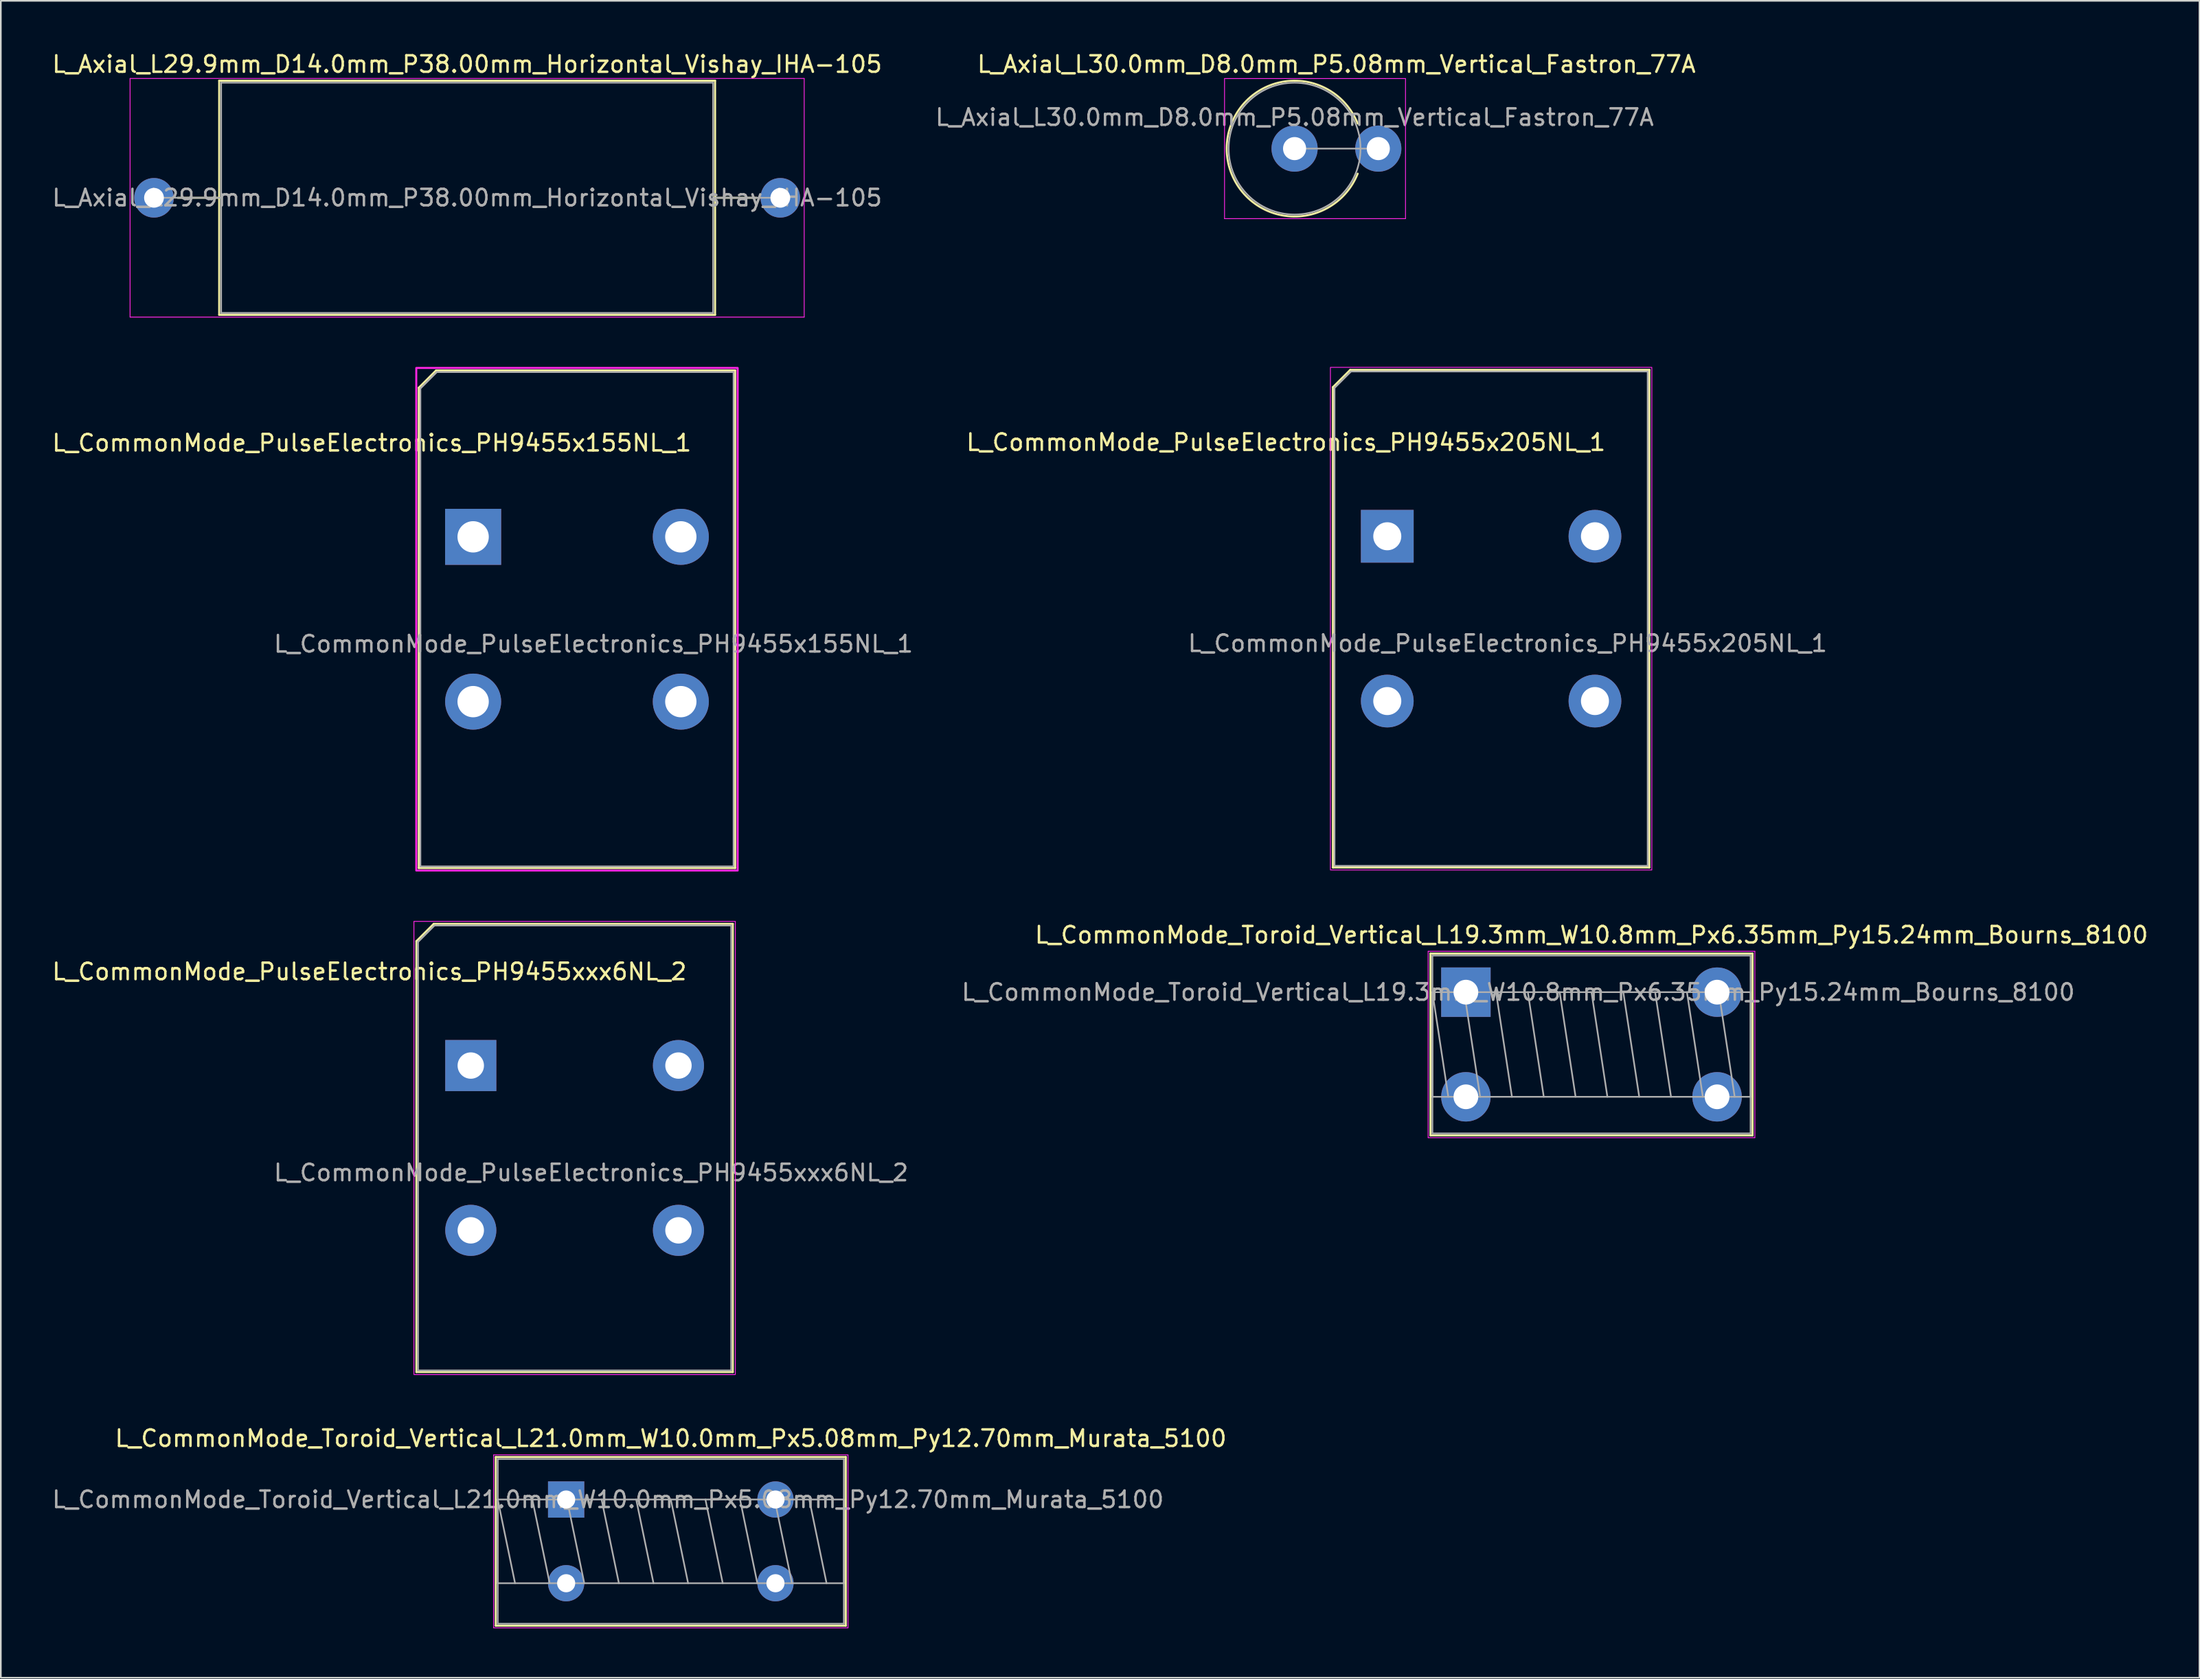
<source format=kicad_pcb>
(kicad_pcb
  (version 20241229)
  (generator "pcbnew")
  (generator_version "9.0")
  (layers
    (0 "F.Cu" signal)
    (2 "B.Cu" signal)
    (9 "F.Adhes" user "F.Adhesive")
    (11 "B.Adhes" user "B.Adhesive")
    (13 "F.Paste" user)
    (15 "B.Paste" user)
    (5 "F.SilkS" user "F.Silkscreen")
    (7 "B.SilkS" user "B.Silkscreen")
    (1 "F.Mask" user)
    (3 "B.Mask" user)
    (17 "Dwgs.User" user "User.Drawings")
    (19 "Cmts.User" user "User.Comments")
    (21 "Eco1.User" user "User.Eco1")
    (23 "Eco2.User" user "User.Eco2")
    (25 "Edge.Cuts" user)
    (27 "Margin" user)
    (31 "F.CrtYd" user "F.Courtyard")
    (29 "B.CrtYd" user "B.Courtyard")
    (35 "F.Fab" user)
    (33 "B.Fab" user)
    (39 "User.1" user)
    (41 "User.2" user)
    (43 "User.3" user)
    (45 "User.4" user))
  (footprint "L_CommonMode_Toroid_Vertical_L21.0mm_W10.0mm_Px5.08mm_Py12.70mm_Murata_5100"
    (layer "F.Cu")
    (at 31.299 87.947)
    (property "Reference" "L_CommonMode_Toroid_Vertical_L21.0mm_W10.0mm_Px5.08mm_Py12.70mm_Murata_5100" (at 6.35 -3.71 0) (layer "F.SilkS") (effects (font (size 1 1) (thickness 0.15))))
    (attr through_hole)
    (fp_line (start -4.27 -2.58) (end -4.27 7.66) (stroke (width 0.12) (type solid)) (layer "F.SilkS"))
    (fp_line (start -4.27 -2.58) (end 16.97 -2.58) (stroke (width 0.12) (type solid)) (layer "F.SilkS"))
    (fp_line (start -4.27 7.66) (end 16.97 7.66) (stroke (width 0.12) (type solid)) (layer "F.SilkS"))
    (fp_line (start 16.97 -2.58) (end 16.97 7.66) (stroke (width 0.12) (type solid)) (layer "F.SilkS"))
    (fp_line (start -4.4 -2.71) (end -4.4 7.79) (stroke (width 0.05) (type solid)) (layer "F.CrtYd"))
    (fp_line (start -4.4 7.79) (end 17.1 7.79) (stroke (width 0.05) (type solid)) (layer "F.CrtYd"))
    (fp_line (start 17.1 -2.71) (end -4.4 -2.71) (stroke (width 0.05) (type solid)) (layer "F.CrtYd"))
    (fp_line (start 17.1 7.79) (end 17.1 -2.71) (stroke (width 0.05) (type solid)) (layer "F.CrtYd"))
    (fp_line (start -4.15 -2.46) (end -4.15 7.54) (stroke (width 0.1) (type solid)) (layer "F.Fab"))
    (fp_line (start -4.15 0) (end -4.15 5.08) (stroke (width 0.1) (type solid)) (layer "F.Fab"))
    (fp_line (start -4.15 0) (end -3.1 5.08) (stroke (width 0.1) (type solid)) (layer "F.Fab"))
    (fp_line (start -4.15 5.08) (end 16.85 5.08) (stroke (width 0.1) (type solid)) (layer "F.Fab"))
    (fp_line (start -4.15 7.54) (end 16.85 7.54) (stroke (width 0.1) (type solid)) (layer "F.Fab"))
    (fp_line (start -2.05 0) (end -1 5.08) (stroke (width 0.1) (type solid)) (layer "F.Fab"))
    (fp_line (start 0.05 0) (end 1.1 5.08) (stroke (width 0.1) (type solid)) (layer "F.Fab"))
    (fp_line (start 2.15 0) (end 3.2 5.08) (stroke (width 0.1) (type solid)) (layer "F.Fab"))
    (fp_line (start 4.25 0) (end 5.3 5.08) (stroke (width 0.1) (type solid)) (layer "F.Fab"))
    (fp_line (start 6.35 0) (end 7.4 5.08) (stroke (width 0.1) (type solid)) (layer "F.Fab"))
    (fp_line (start 8.45 0) (end 9.5 5.08) (stroke (width 0.1) (type solid)) (layer "F.Fab"))
    (fp_line (start 10.55 0) (end 11.6 5.08) (stroke (width 0.1) (type solid)) (layer "F.Fab"))
    (fp_line (start 12.65 0) (end 13.7 5.08) (stroke (width 0.1) (type solid)) (layer "F.Fab"))
    (fp_line (start 14.75 0) (end 15.8 5.08) (stroke (width 0.1) (type solid)) (layer "F.Fab"))
    (fp_line (start 16.85 -2.46) (end -4.15 -2.46) (stroke (width 0.1) (type solid)) (layer "F.Fab"))
    (fp_line (start 16.85 0) (end -4.15 0) (stroke (width 0.1) (type solid)) (layer "F.Fab"))
    (fp_line (start 16.85 5.08) (end 16.85 0) (stroke (width 0.1) (type solid)) (layer "F.Fab"))
    (fp_line (start 16.85 7.54) (end 16.85 -2.46) (stroke (width 0.1) (type solid)) (layer "F.Fab"))
    (fp_text user "${REFERENCE}" (at 2.54 0 0) (layer "F.Fab") (effects (font (size 1 1) (thickness 0.15))))
    (pad "1" thru_hole rect (at 0 0) (size 2.2 2.2) (drill 1.1) (layers "*.Cu" "*.Mask"))
    (pad "2" thru_hole circle (at 0 5.08) (size 2.2 2.2) (drill 1.1) (layers "*.Cu" "*.Mask"))
    (pad "3" thru_hole circle (at 12.7 5.08) (size 2.2 2.2) (drill 1.1) (layers "*.Cu" "*.Mask"))
    (pad "4" thru_hole circle (at 12.7 0) (size 2.2 2.2) (drill 1.1) (layers "*.Cu" "*.Mask")))
  (footprint "L_CommonMode_PulseElectronics_PH9455x205NL_1"
    (layer "F.Cu")
    (at 81.118 29.493)
    (property "Reference" "L_CommonMode_PulseElectronics_PH9455x205NL_1" (at -6.15 -5.7 0) (unlocked yes) (layer "F.SilkS") (effects (font (size 1 1) (thickness 0.15))))
    (attr through_hole)
    (fp_line (start -3.3 -9.05) (end -3.3 20.1) (stroke (width 0.12) (type solid)) (layer "F.SilkS"))
    (fp_line (start -3.3 20.1) (end 15.9 20.1) (stroke (width 0.12) (type solid)) (layer "F.SilkS"))
    (fp_line (start -2.25 -10.1) (end -3.3 -9.05) (stroke (width 0.12) (type solid)) (layer "F.SilkS"))
    (fp_line (start 15.9 -10.1) (end -2.25 -10.1) (stroke (width 0.12) (type solid)) (layer "F.SilkS"))
    (fp_line (start 15.9 20.1) (end 15.9 -10.1) (stroke (width 0.12) (type solid)) (layer "F.SilkS"))
    (fp_rect (start -3.45 -10.25) (end 16.05 20.25) (stroke (width 0.05) (type solid)) (fill no) (layer "F.CrtYd"))
    (fp_line (start -3.2 -9) (end -2.2 -10) (stroke (width 0.1) (type solid)) (layer "F.Fab"))
    (fp_line (start -3.2 20) (end -3.2 -9) (stroke (width 0.1) (type solid)) (layer "F.Fab"))
    (fp_line (start -2.2 -10) (end 15.8 -10) (stroke (width 0.1) (type solid)) (layer "F.Fab"))
    (fp_line (start 15.8 -10) (end 15.8 20) (stroke (width 0.1) (type solid)) (layer "F.Fab"))
    (fp_line (start 15.8 20) (end -3.2 20) (stroke (width 0.1) (type solid)) (layer "F.Fab"))
    (fp_text user "${REFERENCE}" (at 7.3 6.5 0) (unlocked yes) (layer "F.Fab") (effects (font (size 1 1) (thickness 0.15))))
    (pad "1" thru_hole rect (at 0 0) (size 3.2 3.2) (drill 1.7) (layers "*.Cu" "*.Mask"))
    (pad "2" thru_hole circle (at 0 10) (size 3.2 3.2) (drill 1.7) (layers "*.Cu" "*.Mask"))
    (pad "3" thru_hole circle (at 12.6 10) (size 3.2 3.2) (drill 1.7) (layers "*.Cu" "*.Mask"))
    (pad "4" thru_hole circle (at 12.6 0) (size 3.2 3.2) (drill 1.7) (layers "*.Cu" "*.Mask")))
  (footprint "L_CommonMode_PulseElectronics_PH9455xxx6NL_2"
    (layer "F.Cu")
    (at 25.513 61.613)
    (property "Reference" "L_CommonMode_PulseElectronics_PH9455xxx6NL_2" (at -6.15 -5.7 0) (unlocked yes) (layer "F.SilkS") (effects (font (size 1 1) (thickness 0.15))))
    (attr through_hole)
    (fp_line (start -3.3 -7.55) (end -3.3 18.6) (stroke (width 0.12) (type solid)) (layer "F.SilkS"))
    (fp_line (start -3.3 18.6) (end 15.9 18.6) (stroke (width 0.12) (type solid)) (layer "F.SilkS"))
    (fp_line (start -2.25 -8.6) (end -3.3 -7.55) (stroke (width 0.12) (type solid)) (layer "F.SilkS"))
    (fp_line (start 15.9 -8.6) (end -2.25 -8.6) (stroke (width 0.12) (type solid)) (layer "F.SilkS"))
    (fp_line (start 15.9 18.6) (end 15.9 -8.6) (stroke (width 0.12) (type solid)) (layer "F.SilkS"))
    (fp_rect (start -3.45 -8.75) (end 16.05 18.75) (stroke (width 0.05) (type solid)) (fill no) (layer "F.CrtYd"))
    (fp_line (start -3.2 -7.5) (end -2.2 -8.5) (stroke (width 0.1) (type solid)) (layer "F.Fab"))
    (fp_line (start -3.2 18.5) (end -3.2 -7.5) (stroke (width 0.1) (type solid)) (layer "F.Fab"))
    (fp_line (start -2.2 -8.5) (end 15.8 -8.5) (stroke (width 0.1) (type solid)) (layer "F.Fab"))
    (fp_line (start 15.8 -8.5) (end 15.8 18.5) (stroke (width 0.1) (type solid)) (layer "F.Fab"))
    (fp_line (start 15.8 18.5) (end -3.2 18.5) (stroke (width 0.1) (type solid)) (layer "F.Fab"))
    (fp_text user "${REFERENCE}" (at 7.3 6.5 0) (unlocked yes) (layer "F.Fab") (effects (font (size 1 1) (thickness 0.15))))
    (pad "1" thru_hole rect (at 0 0) (size 3.1 3.1) (drill 1.6) (layers "*.Cu" "*.Mask"))
    (pad "2" thru_hole circle (at 0 10) (size 3.1 3.1) (drill 1.6) (layers "*.Cu" "*.Mask"))
    (pad "3" thru_hole circle (at 12.6 10) (size 3.1 3.1) (drill 1.6) (layers "*.Cu" "*.Mask"))
    (pad "4" thru_hole circle (at 12.6 0) (size 3.1 3.1) (drill 1.6) (layers "*.Cu" "*.Mask")))
  (footprint "L_Axial_L30.0mm_D8.0mm_P5.08mm_Vertical_Fastron_77A"
    (layer "F.Cu")
    (at 75.494 5.968)
    (property "Reference" "L_Axial_L30.0mm_D8.0mm_P5.08mm_Vertical_Fastron_77A" (at 2.54 -5.12 0) (layer "F.SilkS") (effects (font (size 1 1) (thickness 0.15))))
    (attr through_hole)
    (fp_arc (start 3.82936 1.52) (mid -4.12 0) (end 3.82936 -1.52) (stroke (width 0.12) (type solid)) (layer "F.SilkS"))
    (fp_line (start -4.25 -4.25) (end -4.25 4.25) (stroke (width 0.05) (type solid)) (layer "F.CrtYd"))
    (fp_line (start -4.25 4.25) (end 6.73 4.25) (stroke (width 0.05) (type solid)) (layer "F.CrtYd"))
    (fp_line (start 6.73 -4.25) (end -4.25 -4.25) (stroke (width 0.05) (type solid)) (layer "F.CrtYd"))
    (fp_line (start 6.73 4.25) (end 6.73 -4.25) (stroke (width 0.05) (type solid)) (layer "F.CrtYd"))
    (fp_line (start 0 0) (end 5.08 0) (stroke (width 0.1) (type solid)) (layer "F.Fab"))
    (fp_circle (center 0 0) (end 4 0) (stroke (width 0.1) (type solid)) (fill no) (layer "F.Fab"))
    (fp_text user "${REFERENCE}" (at 0 -1.9 0) (layer "F.Fab") (effects (font (size 1 1) (thickness 0.15))))
    (pad "1" thru_hole circle (at 0 0) (size 2.8 2.8) (drill 1.4) (layers "*.Cu" "*.Mask"))
    (pad "2" thru_hole oval (at 5.08 0) (size 2.8 2.8) (drill 1.4) (layers "*.Cu" "*.Mask")))
  (footprint "L_Axial_L29.9mm_D14.0mm_P38.00mm_Horizontal_Vishay_IHA-105"
    (layer "F.Cu")
    (at 6.292 8.953)
    (property "Reference" "L_Axial_L29.9mm_D14.0mm_P38.00mm_Horizontal_Vishay_IHA-105" (at 19 -8.105 0) (layer "F.SilkS") (effects (font (size 1 1) (thickness 0.15))))
    (attr through_hole)
    (fp_line (start 1.44 0) (end 3.955 0) (stroke (width 0.12) (type solid)) (layer "F.SilkS"))
    (fp_line (start 3.955 -7.105) (end 3.955 7.105) (stroke (width 0.12) (type solid)) (layer "F.SilkS"))
    (fp_line (start 3.955 7.105) (end 34.045 7.105) (stroke (width 0.12) (type solid)) (layer "F.SilkS"))
    (fp_line (start 34.045 -7.105) (end 3.955 -7.105) (stroke (width 0.12) (type solid)) (layer "F.SilkS"))
    (fp_line (start 34.045 7.105) (end 34.045 -7.105) (stroke (width 0.12) (type solid)) (layer "F.SilkS"))
    (fp_line (start 36.56 0) (end 34.045 0) (stroke (width 0.12) (type solid)) (layer "F.SilkS"))
    (fp_line (start -1.45 -7.24) (end -1.45 7.24) (stroke (width 0.05) (type solid)) (layer "F.CrtYd"))
    (fp_line (start -1.45 7.24) (end 39.45 7.24) (stroke (width 0.05) (type solid)) (layer "F.CrtYd"))
    (fp_line (start 39.45 -7.24) (end -1.45 -7.24) (stroke (width 0.05) (type solid)) (layer "F.CrtYd"))
    (fp_line (start 39.45 7.24) (end 39.45 -7.24) (stroke (width 0.05) (type solid)) (layer "F.CrtYd"))
    (fp_line (start 0 0) (end 4.075 0) (stroke (width 0.1) (type solid)) (layer "F.Fab"))
    (fp_line (start 4.075 -6.985) (end 4.075 6.985) (stroke (width 0.1) (type solid)) (layer "F.Fab"))
    (fp_line (start 4.075 6.985) (end 33.925 6.985) (stroke (width 0.1) (type solid)) (layer "F.Fab"))
    (fp_line (start 33.925 -6.985) (end 4.075 -6.985) (stroke (width 0.1) (type solid)) (layer "F.Fab"))
    (fp_line (start 33.925 6.985) (end 33.925 -6.985) (stroke (width 0.1) (type solid)) (layer "F.Fab"))
    (fp_line (start 38 0) (end 33.925 0) (stroke (width 0.1) (type solid)) (layer "F.Fab"))
    (fp_text user "${REFERENCE}" (at 19 0 0) (layer "F.Fab") (effects (font (size 1 1) (thickness 0.15))))
    (pad "1" thru_hole circle (at 0 0) (size 2.4 2.4) (drill 1.2) (layers "*.Cu" "*.Mask"))
    (pad "2" thru_hole oval (at 38 0) (size 2.4 2.4) (drill 1.2) (layers "*.Cu" "*.Mask")))
  (footprint "L_CommonMode_PulseElectronics_PH9455x155NL_1"
    (layer "F.Cu")
    (at 25.656 29.528)
    (property "Reference" "L_CommonMode_PulseElectronics_PH9455x155NL_1" (at -6.15 -5.7 0) (unlocked yes) (layer "F.SilkS") (effects (font (size 1 1) (thickness 0.15))))
    (attr through_hole)
    (fp_line (start -3.3 -9.05) (end -3.3 20.1) (stroke (width 0.12) (type solid)) (layer "F.SilkS"))
    (fp_line (start -3.3 20.1) (end 15.9 20.1) (stroke (width 0.12) (type solid)) (layer "F.SilkS"))
    (fp_line (start -2.25 -10.1) (end -3.3 -9.05) (stroke (width 0.12) (type solid)) (layer "F.SilkS"))
    (fp_line (start 15.9 -10.1) (end -2.25 -10.1) (stroke (width 0.12) (type solid)) (layer "F.SilkS"))
    (fp_line (start 15.9 20.1) (end 15.9 -10.1) (stroke (width 0.12) (type solid)) (layer "F.SilkS"))
    (fp_rect (start -3.45 -10.25) (end 16.05 20.25) (stroke (width 0.12) (type solid)) (fill no) (layer "F.CrtYd"))
    (fp_line (start -3.2 -9) (end -2.2 -10) (stroke (width 0.1) (type solid)) (layer "F.Fab"))
    (fp_line (start -3.2 20) (end -3.2 -9) (stroke (width 0.1) (type solid)) (layer "F.Fab"))
    (fp_line (start -2.2 -10) (end 15.8 -10) (stroke (width 0.1) (type solid)) (layer "F.Fab"))
    (fp_line (start 15.8 -10) (end 15.8 20) (stroke (width 0.1) (type solid)) (layer "F.Fab"))
    (fp_line (start 15.8 20) (end -3.2 20) (stroke (width 0.1) (type solid)) (layer "F.Fab"))
    (fp_text user "${REFERENCE}" (at 7.3 6.5 0) (unlocked yes) (layer "F.Fab") (effects (font (size 1 1) (thickness 0.15))))
    (pad "1" thru_hole rect (at 0 0) (size 3.4 3.4) (drill 1.9) (layers "*.Cu" "*.Mask"))
    (pad "2" thru_hole circle (at 0 10) (size 3.4 3.4) (drill 1.9) (layers "*.Cu" "*.Mask"))
    (pad "3" thru_hole circle (at 12.6 10) (size 3.4 3.4) (drill 1.9) (layers "*.Cu" "*.Mask"))
    (pad "4" thru_hole circle (at 12.6 0) (size 3.4 3.4) (drill 1.9) (layers "*.Cu" "*.Mask")))
  (footprint "L_CommonMode_Toroid_Vertical_L19.3mm_W10.8mm_Px6.35mm_Py15.24mm_Bourns_8100"
    (layer "F.Cu")
    (at 85.888 57.159)
    (property "Reference" "L_CommonMode_Toroid_Vertical_L19.3mm_W10.8mm_Px6.35mm_Py15.24mm_Bourns_8100" (at 7.62 -3.473 0) (layer "F.SilkS") (effects (font (size 1 1) (thickness 0.15))))
    (attr through_hole)
    (fp_line (start -2.152 -2.343) (end -2.152 8.693) (stroke (width 0.12) (type solid)) (layer "F.SilkS"))
    (fp_line (start -2.152 -2.343) (end 17.392 -2.343) (stroke (width 0.12) (type solid)) (layer "F.SilkS"))
    (fp_line (start -2.152 8.693) (end 17.392 8.693) (stroke (width 0.12) (type solid)) (layer "F.SilkS"))
    (fp_line (start 17.392 -2.343) (end 17.392 8.693) (stroke (width 0.12) (type solid)) (layer "F.SilkS"))
    (fp_line (start -2.29 -2.48) (end -2.29 8.83) (stroke (width 0.05) (type solid)) (layer "F.CrtYd"))
    (fp_line (start -2.29 8.83) (end 17.53 8.83) (stroke (width 0.05) (type solid)) (layer "F.CrtYd"))
    (fp_line (start 17.53 -2.48) (end -2.29 -2.48) (stroke (width 0.05) (type solid)) (layer "F.CrtYd"))
    (fp_line (start 17.53 8.83) (end 17.53 -2.48) (stroke (width 0.05) (type solid)) (layer "F.CrtYd"))
    (fp_line (start -2.032 -2.223) (end -2.032 8.572) (stroke (width 0.1) (type solid)) (layer "F.Fab"))
    (fp_line (start -2.032 0) (end -2.032 6.35) (stroke (width 0.1) (type solid)) (layer "F.Fab"))
    (fp_line (start -2.032 0) (end -1.067 6.35) (stroke (width 0.1) (type solid)) (layer "F.Fab"))
    (fp_line (start -2.032 6.35) (end 17.272 6.35) (stroke (width 0.1) (type solid)) (layer "F.Fab"))
    (fp_line (start -2.032 8.572) (end 17.272 8.572) (stroke (width 0.1) (type solid)) (layer "F.Fab"))
    (fp_line (start -0.102 0) (end 0.864 6.35) (stroke (width 0.1) (type solid)) (layer "F.Fab"))
    (fp_line (start 1.829 0) (end 2.794 6.35) (stroke (width 0.1) (type solid)) (layer "F.Fab"))
    (fp_line (start 3.759 0) (end 4.724 6.35) (stroke (width 0.1) (type solid)) (layer "F.Fab"))
    (fp_line (start 5.69 0) (end 6.655 6.35) (stroke (width 0.1) (type solid)) (layer "F.Fab"))
    (fp_line (start 7.62 0) (end 8.585 6.35) (stroke (width 0.1) (type solid)) (layer "F.Fab"))
    (fp_line (start 9.55 0) (end 10.516 6.35) (stroke (width 0.1) (type solid)) (layer "F.Fab"))
    (fp_line (start 11.481 0) (end 12.446 6.35) (stroke (width 0.1) (type solid)) (layer "F.Fab"))
    (fp_line (start 13.411 0) (end 14.376 6.35) (stroke (width 0.1) (type solid)) (layer "F.Fab"))
    (fp_line (start 15.342 0) (end 16.307 6.35) (stroke (width 0.1) (type solid)) (layer "F.Fab"))
    (fp_line (start 17.272 -2.223) (end -2.032 -2.223) (stroke (width 0.1) (type solid)) (layer "F.Fab"))
    (fp_line (start 17.272 0) (end -2.032 0) (stroke (width 0.1) (type solid)) (layer "F.Fab"))
    (fp_line (start 17.272 6.35) (end 17.272 0) (stroke (width 0.1) (type solid)) (layer "F.Fab"))
    (fp_line (start 17.272 8.572) (end 17.272 -2.223) (stroke (width 0.1) (type solid)) (layer "F.Fab"))
    (fp_text user "${REFERENCE}" (at 3.175 0 0) (layer "F.Fab") (effects (font (size 1 1) (thickness 0.15))))
    (pad "1" thru_hole rect (at 0 0) (size 3 3) (drill 1.5) (layers "*.Cu" "*.Mask"))
    (pad "2" thru_hole circle (at 0 6.35) (size 3 3) (drill 1.5) (layers "*.Cu" "*.Mask"))
    (pad "3" thru_hole circle (at 15.24 6.35) (size 3 3) (drill 1.5) (layers "*.Cu" "*.Mask"))
    (pad "4" thru_hole circle (at 15.24 0) (size 3 3) (drill 1.5) (layers "*.Cu" "*.Mask")))
  (gr_rect
    (start -3 -3)
    (end 130.395 98.761)
    (stroke (width 0.1) (type default))
    (fill no)
    (layer "Edge.Cuts")))
</source>
